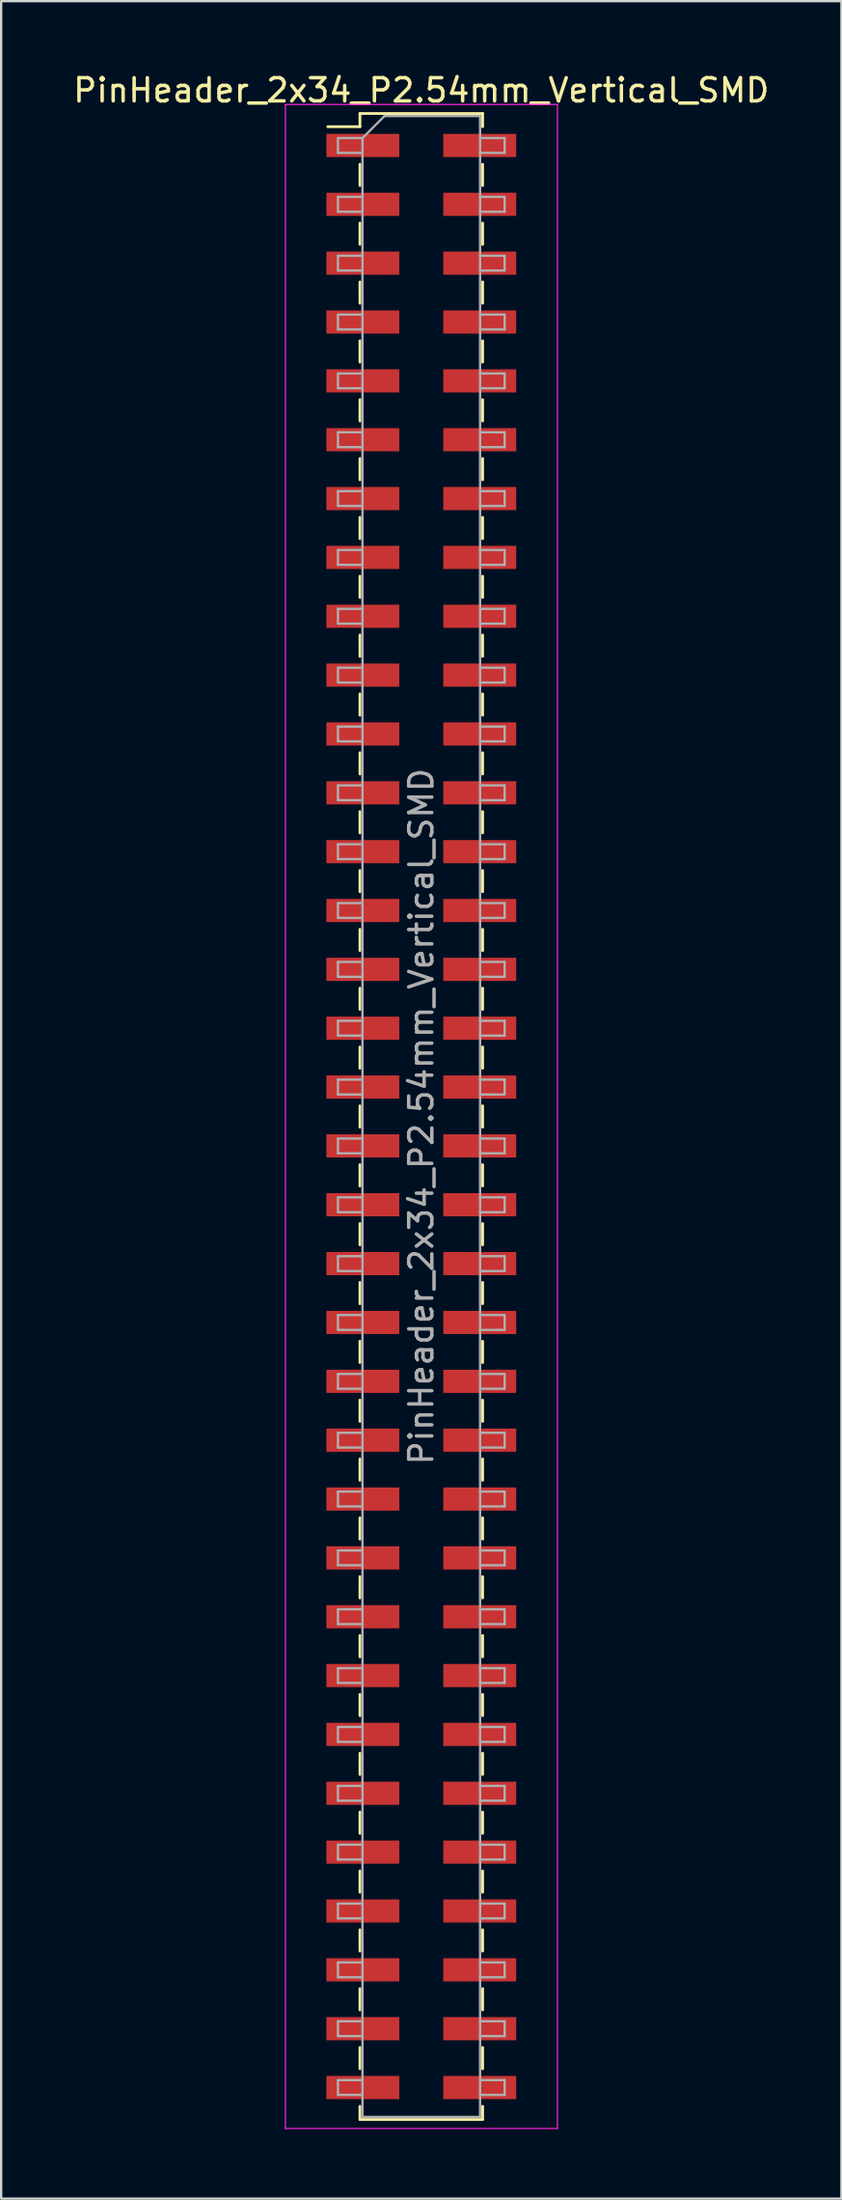
<source format=kicad_pcb>
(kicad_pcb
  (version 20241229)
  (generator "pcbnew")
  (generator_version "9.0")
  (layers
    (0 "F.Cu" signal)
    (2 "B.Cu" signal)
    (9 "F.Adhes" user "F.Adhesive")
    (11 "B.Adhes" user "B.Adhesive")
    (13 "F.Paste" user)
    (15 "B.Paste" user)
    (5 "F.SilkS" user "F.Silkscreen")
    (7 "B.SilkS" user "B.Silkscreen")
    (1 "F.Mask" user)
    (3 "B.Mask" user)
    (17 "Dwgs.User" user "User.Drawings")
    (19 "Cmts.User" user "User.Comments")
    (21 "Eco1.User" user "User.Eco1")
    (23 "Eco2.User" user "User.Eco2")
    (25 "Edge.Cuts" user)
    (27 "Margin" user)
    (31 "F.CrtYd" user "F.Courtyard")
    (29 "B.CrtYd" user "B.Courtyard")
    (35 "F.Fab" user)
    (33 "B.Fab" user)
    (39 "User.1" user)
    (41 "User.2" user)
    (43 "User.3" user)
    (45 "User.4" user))
  (footprint "PinHeader_2x34_P2.54mm_Vertical_SMD"
    (layer "F.Cu")
    (at 15.149 45.138)
    (property "Reference" "PinHeader_2x34_P2.54mm_Vertical_SMD" (at 0 -44.29 0) (layer "F.SilkS") (effects (font (size 1 1) (thickness 0.15))))
    (attr smd)
    (fp_line (start -4.04 -42.72) (end -2.65 -42.72) (stroke (width 0.12) (type solid)) (layer "F.SilkS"))
    (fp_line (start -2.65 -43.29) (end -2.65 -42.72) (stroke (width 0.12) (type solid)) (layer "F.SilkS"))
    (fp_line (start -2.65 -43.29) (end 2.65 -43.29) (stroke (width 0.12) (type solid)) (layer "F.SilkS"))
    (fp_line (start -2.65 -41.1) (end -2.65 -40.18) (stroke (width 0.12) (type solid)) (layer "F.SilkS"))
    (fp_line (start -2.65 -38.56) (end -2.65 -37.64) (stroke (width 0.12) (type solid)) (layer "F.SilkS"))
    (fp_line (start -2.65 -36.02) (end -2.65 -35.1) (stroke (width 0.12) (type solid)) (layer "F.SilkS"))
    (fp_line (start -2.65 -33.48) (end -2.65 -32.56) (stroke (width 0.12) (type solid)) (layer "F.SilkS"))
    (fp_line (start -2.65 -30.94) (end -2.65 -30.02) (stroke (width 0.12) (type solid)) (layer "F.SilkS"))
    (fp_line (start -2.65 -28.4) (end -2.65 -27.48) (stroke (width 0.12) (type solid)) (layer "F.SilkS"))
    (fp_line (start -2.65 -25.86) (end -2.65 -24.94) (stroke (width 0.12) (type solid)) (layer "F.SilkS"))
    (fp_line (start -2.65 -23.32) (end -2.65 -22.4) (stroke (width 0.12) (type solid)) (layer "F.SilkS"))
    (fp_line (start -2.65 -20.78) (end -2.65 -19.86) (stroke (width 0.12) (type solid)) (layer "F.SilkS"))
    (fp_line (start -2.65 -18.24) (end -2.65 -17.32) (stroke (width 0.12) (type solid)) (layer "F.SilkS"))
    (fp_line (start -2.65 -15.7) (end -2.65 -14.78) (stroke (width 0.12) (type solid)) (layer "F.SilkS"))
    (fp_line (start -2.65 -13.16) (end -2.65 -12.24) (stroke (width 0.12) (type solid)) (layer "F.SilkS"))
    (fp_line (start -2.65 -10.62) (end -2.65 -9.7) (stroke (width 0.12) (type solid)) (layer "F.SilkS"))
    (fp_line (start -2.65 -8.08) (end -2.65 -7.16) (stroke (width 0.12) (type solid)) (layer "F.SilkS"))
    (fp_line (start -2.65 -5.54) (end -2.65 -4.62) (stroke (width 0.12) (type solid)) (layer "F.SilkS"))
    (fp_line (start -2.65 -3) (end -2.65 -2.08) (stroke (width 0.12) (type solid)) (layer "F.SilkS"))
    (fp_line (start -2.65 -0.46) (end -2.65 0.46) (stroke (width 0.12) (type solid)) (layer "F.SilkS"))
    (fp_line (start -2.65 2.08) (end -2.65 3) (stroke (width 0.12) (type solid)) (layer "F.SilkS"))
    (fp_line (start -2.65 4.62) (end -2.65 5.54) (stroke (width 0.12) (type solid)) (layer "F.SilkS"))
    (fp_line (start -2.65 7.16) (end -2.65 8.08) (stroke (width 0.12) (type solid)) (layer "F.SilkS"))
    (fp_line (start -2.65 9.7) (end -2.65 10.62) (stroke (width 0.12) (type solid)) (layer "F.SilkS"))
    (fp_line (start -2.65 12.24) (end -2.65 13.16) (stroke (width 0.12) (type solid)) (layer "F.SilkS"))
    (fp_line (start -2.65 14.78) (end -2.65 15.7) (stroke (width 0.12) (type solid)) (layer "F.SilkS"))
    (fp_line (start -2.65 17.32) (end -2.65 18.24) (stroke (width 0.12) (type solid)) (layer "F.SilkS"))
    (fp_line (start -2.65 19.86) (end -2.65 20.78) (stroke (width 0.12) (type solid)) (layer "F.SilkS"))
    (fp_line (start -2.65 22.4) (end -2.65 23.32) (stroke (width 0.12) (type solid)) (layer "F.SilkS"))
    (fp_line (start -2.65 24.94) (end -2.65 25.86) (stroke (width 0.12) (type solid)) (layer "F.SilkS"))
    (fp_line (start -2.65 27.48) (end -2.65 28.4) (stroke (width 0.12) (type solid)) (layer "F.SilkS"))
    (fp_line (start -2.65 30.02) (end -2.65 30.94) (stroke (width 0.12) (type solid)) (layer "F.SilkS"))
    (fp_line (start -2.65 32.56) (end -2.65 33.48) (stroke (width 0.12) (type solid)) (layer "F.SilkS"))
    (fp_line (start -2.65 35.1) (end -2.65 36.02) (stroke (width 0.12) (type solid)) (layer "F.SilkS"))
    (fp_line (start -2.65 37.64) (end -2.65 38.56) (stroke (width 0.12) (type solid)) (layer "F.SilkS"))
    (fp_line (start -2.65 40.18) (end -2.65 41.1) (stroke (width 0.12) (type solid)) (layer "F.SilkS"))
    (fp_line (start -2.65 42.72) (end -2.65 43.29) (stroke (width 0.12) (type solid)) (layer "F.SilkS"))
    (fp_line (start -2.65 43.29) (end 2.65 43.29) (stroke (width 0.12) (type solid)) (layer "F.SilkS"))
    (fp_line (start 2.65 -43.29) (end 2.65 -42.72) (stroke (width 0.12) (type solid)) (layer "F.SilkS"))
    (fp_line (start 2.65 -41.1) (end 2.65 -40.18) (stroke (width 0.12) (type solid)) (layer "F.SilkS"))
    (fp_line (start 2.65 -38.56) (end 2.65 -37.64) (stroke (width 0.12) (type solid)) (layer "F.SilkS"))
    (fp_line (start 2.65 -36.02) (end 2.65 -35.1) (stroke (width 0.12) (type solid)) (layer "F.SilkS"))
    (fp_line (start 2.65 -33.48) (end 2.65 -32.56) (stroke (width 0.12) (type solid)) (layer "F.SilkS"))
    (fp_line (start 2.65 -30.94) (end 2.65 -30.02) (stroke (width 0.12) (type solid)) (layer "F.SilkS"))
    (fp_line (start 2.65 -28.4) (end 2.65 -27.48) (stroke (width 0.12) (type solid)) (layer "F.SilkS"))
    (fp_line (start 2.65 -25.86) (end 2.65 -24.94) (stroke (width 0.12) (type solid)) (layer "F.SilkS"))
    (fp_line (start 2.65 -23.32) (end 2.65 -22.4) (stroke (width 0.12) (type solid)) (layer "F.SilkS"))
    (fp_line (start 2.65 -20.78) (end 2.65 -19.86) (stroke (width 0.12) (type solid)) (layer "F.SilkS"))
    (fp_line (start 2.65 -18.24) (end 2.65 -17.32) (stroke (width 0.12) (type solid)) (layer "F.SilkS"))
    (fp_line (start 2.65 -15.7) (end 2.65 -14.78) (stroke (width 0.12) (type solid)) (layer "F.SilkS"))
    (fp_line (start 2.65 -13.16) (end 2.65 -12.24) (stroke (width 0.12) (type solid)) (layer "F.SilkS"))
    (fp_line (start 2.65 -10.62) (end 2.65 -9.7) (stroke (width 0.12) (type solid)) (layer "F.SilkS"))
    (fp_line (start 2.65 -8.08) (end 2.65 -7.16) (stroke (width 0.12) (type solid)) (layer "F.SilkS"))
    (fp_line (start 2.65 -5.54) (end 2.65 -4.62) (stroke (width 0.12) (type solid)) (layer "F.SilkS"))
    (fp_line (start 2.65 -3) (end 2.65 -2.08) (stroke (width 0.12) (type solid)) (layer "F.SilkS"))
    (fp_line (start 2.65 -0.46) (end 2.65 0.46) (stroke (width 0.12) (type solid)) (layer "F.SilkS"))
    (fp_line (start 2.65 2.08) (end 2.65 3) (stroke (width 0.12) (type solid)) (layer "F.SilkS"))
    (fp_line (start 2.65 4.62) (end 2.65 5.54) (stroke (width 0.12) (type solid)) (layer "F.SilkS"))
    (fp_line (start 2.65 7.16) (end 2.65 8.08) (stroke (width 0.12) (type solid)) (layer "F.SilkS"))
    (fp_line (start 2.65 9.7) (end 2.65 10.62) (stroke (width 0.12) (type solid)) (layer "F.SilkS"))
    (fp_line (start 2.65 12.24) (end 2.65 13.16) (stroke (width 0.12) (type solid)) (layer "F.SilkS"))
    (fp_line (start 2.65 14.78) (end 2.65 15.7) (stroke (width 0.12) (type solid)) (layer "F.SilkS"))
    (fp_line (start 2.65 17.32) (end 2.65 18.24) (stroke (width 0.12) (type solid)) (layer "F.SilkS"))
    (fp_line (start 2.65 19.86) (end 2.65 20.78) (stroke (width 0.12) (type solid)) (layer "F.SilkS"))
    (fp_line (start 2.65 22.4) (end 2.65 23.32) (stroke (width 0.12) (type solid)) (layer "F.SilkS"))
    (fp_line (start 2.65 24.94) (end 2.65 25.86) (stroke (width 0.12) (type solid)) (layer "F.SilkS"))
    (fp_line (start 2.65 27.48) (end 2.65 28.4) (stroke (width 0.12) (type solid)) (layer "F.SilkS"))
    (fp_line (start 2.65 30.02) (end 2.65 30.94) (stroke (width 0.12) (type solid)) (layer "F.SilkS"))
    (fp_line (start 2.65 32.56) (end 2.65 33.48) (stroke (width 0.12) (type solid)) (layer "F.SilkS"))
    (fp_line (start 2.65 35.1) (end 2.65 36.02) (stroke (width 0.12) (type solid)) (layer "F.SilkS"))
    (fp_line (start 2.65 37.64) (end 2.65 38.56) (stroke (width 0.12) (type solid)) (layer "F.SilkS"))
    (fp_line (start 2.65 40.18) (end 2.65 41.1) (stroke (width 0.12) (type solid)) (layer "F.SilkS"))
    (fp_line (start 2.65 42.72) (end 2.65 43.29) (stroke (width 0.12) (type solid)) (layer "F.SilkS"))
    (fp_line (start -5.87 -43.68) (end -5.87 43.68) (stroke (width 0.05) (type solid)) (layer "F.CrtYd"))
    (fp_line (start -5.87 43.68) (end 5.88 43.68) (stroke (width 0.05) (type solid)) (layer "F.CrtYd"))
    (fp_line (start 5.88 -43.68) (end -5.87 -43.68) (stroke (width 0.05) (type solid)) (layer "F.CrtYd"))
    (fp_line (start 5.88 43.68) (end 5.88 -43.68) (stroke (width 0.05) (type solid)) (layer "F.CrtYd"))
    (fp_line (start -3.6 -42.23) (end -3.6 -41.59) (stroke (width 0.1) (type solid)) (layer "F.Fab"))
    (fp_line (start -3.6 -41.59) (end -2.54 -41.59) (stroke (width 0.1) (type solid)) (layer "F.Fab"))
    (fp_line (start -3.6 -39.69) (end -3.6 -39.05) (stroke (width 0.1) (type solid)) (layer "F.Fab"))
    (fp_line (start -3.6 -39.05) (end -2.54 -39.05) (stroke (width 0.1) (type solid)) (layer "F.Fab"))
    (fp_line (start -3.6 -37.15) (end -3.6 -36.51) (stroke (width 0.1) (type solid)) (layer "F.Fab"))
    (fp_line (start -3.6 -36.51) (end -2.54 -36.51) (stroke (width 0.1) (type solid)) (layer "F.Fab"))
    (fp_line (start -3.6 -34.61) (end -3.6 -33.97) (stroke (width 0.1) (type solid)) (layer "F.Fab"))
    (fp_line (start -3.6 -33.97) (end -2.54 -33.97) (stroke (width 0.1) (type solid)) (layer "F.Fab"))
    (fp_line (start -3.6 -32.07) (end -3.6 -31.43) (stroke (width 0.1) (type solid)) (layer "F.Fab"))
    (fp_line (start -3.6 -31.43) (end -2.54 -31.43) (stroke (width 0.1) (type solid)) (layer "F.Fab"))
    (fp_line (start -3.6 -29.53) (end -3.6 -28.89) (stroke (width 0.1) (type solid)) (layer "F.Fab"))
    (fp_line (start -3.6 -28.89) (end -2.54 -28.89) (stroke (width 0.1) (type solid)) (layer "F.Fab"))
    (fp_line (start -3.6 -26.99) (end -3.6 -26.35) (stroke (width 0.1) (type solid)) (layer "F.Fab"))
    (fp_line (start -3.6 -26.35) (end -2.54 -26.35) (stroke (width 0.1) (type solid)) (layer "F.Fab"))
    (fp_line (start -3.6 -24.45) (end -3.6 -23.81) (stroke (width 0.1) (type solid)) (layer "F.Fab"))
    (fp_line (start -3.6 -23.81) (end -2.54 -23.81) (stroke (width 0.1) (type solid)) (layer "F.Fab"))
    (fp_line (start -3.6 -21.91) (end -3.6 -21.27) (stroke (width 0.1) (type solid)) (layer "F.Fab"))
    (fp_line (start -3.6 -21.27) (end -2.54 -21.27) (stroke (width 0.1) (type solid)) (layer "F.Fab"))
    (fp_line (start -3.6 -19.37) (end -3.6 -18.73) (stroke (width 0.1) (type solid)) (layer "F.Fab"))
    (fp_line (start -3.6 -18.73) (end -2.54 -18.73) (stroke (width 0.1) (type solid)) (layer "F.Fab"))
    (fp_line (start -3.6 -16.83) (end -3.6 -16.19) (stroke (width 0.1) (type solid)) (layer "F.Fab"))
    (fp_line (start -3.6 -16.19) (end -2.54 -16.19) (stroke (width 0.1) (type solid)) (layer "F.Fab"))
    (fp_line (start -3.6 -14.29) (end -3.6 -13.65) (stroke (width 0.1) (type solid)) (layer "F.Fab"))
    (fp_line (start -3.6 -13.65) (end -2.54 -13.65) (stroke (width 0.1) (type solid)) (layer "F.Fab"))
    (fp_line (start -3.6 -11.75) (end -3.6 -11.11) (stroke (width 0.1) (type solid)) (layer "F.Fab"))
    (fp_line (start -3.6 -11.11) (end -2.54 -11.11) (stroke (width 0.1) (type solid)) (layer "F.Fab"))
    (fp_line (start -3.6 -9.21) (end -3.6 -8.57) (stroke (width 0.1) (type solid)) (layer "F.Fab"))
    (fp_line (start -3.6 -8.57) (end -2.54 -8.57) (stroke (width 0.1) (type solid)) (layer "F.Fab"))
    (fp_line (start -3.6 -6.67) (end -3.6 -6.03) (stroke (width 0.1) (type solid)) (layer "F.Fab"))
    (fp_line (start -3.6 -6.03) (end -2.54 -6.03) (stroke (width 0.1) (type solid)) (layer "F.Fab"))
    (fp_line (start -3.6 -4.13) (end -3.6 -3.49) (stroke (width 0.1) (type solid)) (layer "F.Fab"))
    (fp_line (start -3.6 -3.49) (end -2.54 -3.49) (stroke (width 0.1) (type solid)) (layer "F.Fab"))
    (fp_line (start -3.6 -1.59) (end -3.6 -0.95) (stroke (width 0.1) (type solid)) (layer "F.Fab"))
    (fp_line (start -3.6 -0.95) (end -2.54 -0.95) (stroke (width 0.1) (type solid)) (layer "F.Fab"))
    (fp_line (start -3.6 0.95) (end -3.6 1.59) (stroke (width 0.1) (type solid)) (layer "F.Fab"))
    (fp_line (start -3.6 1.59) (end -2.54 1.59) (stroke (width 0.1) (type solid)) (layer "F.Fab"))
    (fp_line (start -3.6 3.49) (end -3.6 4.13) (stroke (width 0.1) (type solid)) (layer "F.Fab"))
    (fp_line (start -3.6 4.13) (end -2.54 4.13) (stroke (width 0.1) (type solid)) (layer "F.Fab"))
    (fp_line (start -3.6 6.03) (end -3.6 6.67) (stroke (width 0.1) (type solid)) (layer "F.Fab"))
    (fp_line (start -3.6 6.67) (end -2.54 6.67) (stroke (width 0.1) (type solid)) (layer "F.Fab"))
    (fp_line (start -3.6 8.57) (end -3.6 9.21) (stroke (width 0.1) (type solid)) (layer "F.Fab"))
    (fp_line (start -3.6 9.21) (end -2.54 9.21) (stroke (width 0.1) (type solid)) (layer "F.Fab"))
    (fp_line (start -3.6 11.11) (end -3.6 11.75) (stroke (width 0.1) (type solid)) (layer "F.Fab"))
    (fp_line (start -3.6 11.75) (end -2.54 11.75) (stroke (width 0.1) (type solid)) (layer "F.Fab"))
    (fp_line (start -3.6 13.65) (end -3.6 14.29) (stroke (width 0.1) (type solid)) (layer "F.Fab"))
    (fp_line (start -3.6 14.29) (end -2.54 14.29) (stroke (width 0.1) (type solid)) (layer "F.Fab"))
    (fp_line (start -3.6 16.19) (end -3.6 16.83) (stroke (width 0.1) (type solid)) (layer "F.Fab"))
    (fp_line (start -3.6 16.83) (end -2.54 16.83) (stroke (width 0.1) (type solid)) (layer "F.Fab"))
    (fp_line (start -3.6 18.73) (end -3.6 19.37) (stroke (width 0.1) (type solid)) (layer "F.Fab"))
    (fp_line (start -3.6 19.37) (end -2.54 19.37) (stroke (width 0.1) (type solid)) (layer "F.Fab"))
    (fp_line (start -3.6 21.27) (end -3.6 21.91) (stroke (width 0.1) (type solid)) (layer "F.Fab"))
    (fp_line (start -3.6 21.91) (end -2.54 21.91) (stroke (width 0.1) (type solid)) (layer "F.Fab"))
    (fp_line (start -3.6 23.81) (end -3.6 24.45) (stroke (width 0.1) (type solid)) (layer "F.Fab"))
    (fp_line (start -3.6 24.45) (end -2.54 24.45) (stroke (width 0.1) (type solid)) (layer "F.Fab"))
    (fp_line (start -3.6 26.35) (end -3.6 26.99) (stroke (width 0.1) (type solid)) (layer "F.Fab"))
    (fp_line (start -3.6 26.99) (end -2.54 26.99) (stroke (width 0.1) (type solid)) (layer "F.Fab"))
    (fp_line (start -3.6 28.89) (end -3.6 29.53) (stroke (width 0.1) (type solid)) (layer "F.Fab"))
    (fp_line (start -3.6 29.53) (end -2.54 29.53) (stroke (width 0.1) (type solid)) (layer "F.Fab"))
    (fp_line (start -3.6 31.43) (end -3.6 32.07) (stroke (width 0.1) (type solid)) (layer "F.Fab"))
    (fp_line (start -3.6 32.07) (end -2.54 32.07) (stroke (width 0.1) (type solid)) (layer "F.Fab"))
    (fp_line (start -3.6 33.97) (end -3.6 34.61) (stroke (width 0.1) (type solid)) (layer "F.Fab"))
    (fp_line (start -3.6 34.61) (end -2.54 34.61) (stroke (width 0.1) (type solid)) (layer "F.Fab"))
    (fp_line (start -3.6 36.51) (end -3.6 37.15) (stroke (width 0.1) (type solid)) (layer "F.Fab"))
    (fp_line (start -3.6 37.15) (end -2.54 37.15) (stroke (width 0.1) (type solid)) (layer "F.Fab"))
    (fp_line (start -3.6 39.05) (end -3.6 39.69) (stroke (width 0.1) (type solid)) (layer "F.Fab"))
    (fp_line (start -3.6 39.69) (end -2.54 39.69) (stroke (width 0.1) (type solid)) (layer "F.Fab"))
    (fp_line (start -3.6 41.59) (end -3.6 42.23) (stroke (width 0.1) (type solid)) (layer "F.Fab"))
    (fp_line (start -3.6 42.23) (end -2.54 42.23) (stroke (width 0.1) (type solid)) (layer "F.Fab"))
    (fp_line (start -2.54 -42.23) (end -3.6 -42.23) (stroke (width 0.1) (type solid)) (layer "F.Fab"))
    (fp_line (start -2.54 -42.23) (end -1.59 -43.18) (stroke (width 0.1) (type solid)) (layer "F.Fab"))
    (fp_line (start -2.54 -39.69) (end -3.6 -39.69) (stroke (width 0.1) (type solid)) (layer "F.Fab"))
    (fp_line (start -2.54 -37.15) (end -3.6 -37.15) (stroke (width 0.1) (type solid)) (layer "F.Fab"))
    (fp_line (start -2.54 -34.61) (end -3.6 -34.61) (stroke (width 0.1) (type solid)) (layer "F.Fab"))
    (fp_line (start -2.54 -32.07) (end -3.6 -32.07) (stroke (width 0.1) (type solid)) (layer "F.Fab"))
    (fp_line (start -2.54 -29.53) (end -3.6 -29.53) (stroke (width 0.1) (type solid)) (layer "F.Fab"))
    (fp_line (start -2.54 -26.99) (end -3.6 -26.99) (stroke (width 0.1) (type solid)) (layer "F.Fab"))
    (fp_line (start -2.54 -24.45) (end -3.6 -24.45) (stroke (width 0.1) (type solid)) (layer "F.Fab"))
    (fp_line (start -2.54 -21.91) (end -3.6 -21.91) (stroke (width 0.1) (type solid)) (layer "F.Fab"))
    (fp_line (start -2.54 -19.37) (end -3.6 -19.37) (stroke (width 0.1) (type solid)) (layer "F.Fab"))
    (fp_line (start -2.54 -16.83) (end -3.6 -16.83) (stroke (width 0.1) (type solid)) (layer "F.Fab"))
    (fp_line (start -2.54 -14.29) (end -3.6 -14.29) (stroke (width 0.1) (type solid)) (layer "F.Fab"))
    (fp_line (start -2.54 -11.75) (end -3.6 -11.75) (stroke (width 0.1) (type solid)) (layer "F.Fab"))
    (fp_line (start -2.54 -9.21) (end -3.6 -9.21) (stroke (width 0.1) (type solid)) (layer "F.Fab"))
    (fp_line (start -2.54 -6.67) (end -3.6 -6.67) (stroke (width 0.1) (type solid)) (layer "F.Fab"))
    (fp_line (start -2.54 -4.13) (end -3.6 -4.13) (stroke (width 0.1) (type solid)) (layer "F.Fab"))
    (fp_line (start -2.54 -1.59) (end -3.6 -1.59) (stroke (width 0.1) (type solid)) (layer "F.Fab"))
    (fp_line (start -2.54 0.95) (end -3.6 0.95) (stroke (width 0.1) (type solid)) (layer "F.Fab"))
    (fp_line (start -2.54 3.49) (end -3.6 3.49) (stroke (width 0.1) (type solid)) (layer "F.Fab"))
    (fp_line (start -2.54 6.03) (end -3.6 6.03) (stroke (width 0.1) (type solid)) (layer "F.Fab"))
    (fp_line (start -2.54 8.57) (end -3.6 8.57) (stroke (width 0.1) (type solid)) (layer "F.Fab"))
    (fp_line (start -2.54 11.11) (end -3.6 11.11) (stroke (width 0.1) (type solid)) (layer "F.Fab"))
    (fp_line (start -2.54 13.65) (end -3.6 13.65) (stroke (width 0.1) (type solid)) (layer "F.Fab"))
    (fp_line (start -2.54 16.19) (end -3.6 16.19) (stroke (width 0.1) (type solid)) (layer "F.Fab"))
    (fp_line (start -2.54 18.73) (end -3.6 18.73) (stroke (width 0.1) (type solid)) (layer "F.Fab"))
    (fp_line (start -2.54 21.27) (end -3.6 21.27) (stroke (width 0.1) (type solid)) (layer "F.Fab"))
    (fp_line (start -2.54 23.81) (end -3.6 23.81) (stroke (width 0.1) (type solid)) (layer "F.Fab"))
    (fp_line (start -2.54 26.35) (end -3.6 26.35) (stroke (width 0.1) (type solid)) (layer "F.Fab"))
    (fp_line (start -2.54 28.89) (end -3.6 28.89) (stroke (width 0.1) (type solid)) (layer "F.Fab"))
    (fp_line (start -2.54 31.43) (end -3.6 31.43) (stroke (width 0.1) (type solid)) (layer "F.Fab"))
    (fp_line (start -2.54 33.97) (end -3.6 33.97) (stroke (width 0.1) (type solid)) (layer "F.Fab"))
    (fp_line (start -2.54 36.51) (end -3.6 36.51) (stroke (width 0.1) (type solid)) (layer "F.Fab"))
    (fp_line (start -2.54 39.05) (end -3.6 39.05) (stroke (width 0.1) (type solid)) (layer "F.Fab"))
    (fp_line (start -2.54 41.59) (end -3.6 41.59) (stroke (width 0.1) (type solid)) (layer "F.Fab"))
    (fp_line (start -2.54 43.18) (end -2.54 -42.23) (stroke (width 0.1) (type solid)) (layer "F.Fab"))
    (fp_line (start -1.59 -43.18) (end 2.54 -43.18) (stroke (width 0.1) (type solid)) (layer "F.Fab"))
    (fp_line (start 2.54 -43.18) (end 2.54 43.18) (stroke (width 0.1) (type solid)) (layer "F.Fab"))
    (fp_line (start 2.54 -42.23) (end 3.6 -42.23) (stroke (width 0.1) (type solid)) (layer "F.Fab"))
    (fp_line (start 2.54 -39.69) (end 3.6 -39.69) (stroke (width 0.1) (type solid)) (layer "F.Fab"))
    (fp_line (start 2.54 -37.15) (end 3.6 -37.15) (stroke (width 0.1) (type solid)) (layer "F.Fab"))
    (fp_line (start 2.54 -34.61) (end 3.6 -34.61) (stroke (width 0.1) (type solid)) (layer "F.Fab"))
    (fp_line (start 2.54 -32.07) (end 3.6 -32.07) (stroke (width 0.1) (type solid)) (layer "F.Fab"))
    (fp_line (start 2.54 -29.53) (end 3.6 -29.53) (stroke (width 0.1) (type solid)) (layer "F.Fab"))
    (fp_line (start 2.54 -26.99) (end 3.6 -26.99) (stroke (width 0.1) (type solid)) (layer "F.Fab"))
    (fp_line (start 2.54 -24.45) (end 3.6 -24.45) (stroke (width 0.1) (type solid)) (layer "F.Fab"))
    (fp_line (start 2.54 -21.91) (end 3.6 -21.91) (stroke (width 0.1) (type solid)) (layer "F.Fab"))
    (fp_line (start 2.54 -19.37) (end 3.6 -19.37) (stroke (width 0.1) (type solid)) (layer "F.Fab"))
    (fp_line (start 2.54 -16.83) (end 3.6 -16.83) (stroke (width 0.1) (type solid)) (layer "F.Fab"))
    (fp_line (start 2.54 -14.29) (end 3.6 -14.29) (stroke (width 0.1) (type solid)) (layer "F.Fab"))
    (fp_line (start 2.54 -11.75) (end 3.6 -11.75) (stroke (width 0.1) (type solid)) (layer "F.Fab"))
    (fp_line (start 2.54 -9.21) (end 3.6 -9.21) (stroke (width 0.1) (type solid)) (layer "F.Fab"))
    (fp_line (start 2.54 -6.67) (end 3.6 -6.67) (stroke (width 0.1) (type solid)) (layer "F.Fab"))
    (fp_line (start 2.54 -4.13) (end 3.6 -4.13) (stroke (width 0.1) (type solid)) (layer "F.Fab"))
    (fp_line (start 2.54 -1.59) (end 3.6 -1.59) (stroke (width 0.1) (type solid)) (layer "F.Fab"))
    (fp_line (start 2.54 0.95) (end 3.6 0.95) (stroke (width 0.1) (type solid)) (layer "F.Fab"))
    (fp_line (start 2.54 3.49) (end 3.6 3.49) (stroke (width 0.1) (type solid)) (layer "F.Fab"))
    (fp_line (start 2.54 6.03) (end 3.6 6.03) (stroke (width 0.1) (type solid)) (layer "F.Fab"))
    (fp_line (start 2.54 8.57) (end 3.6 8.57) (stroke (width 0.1) (type solid)) (layer "F.Fab"))
    (fp_line (start 2.54 11.11) (end 3.6 11.11) (stroke (width 0.1) (type solid)) (layer "F.Fab"))
    (fp_line (start 2.54 13.65) (end 3.6 13.65) (stroke (width 0.1) (type solid)) (layer "F.Fab"))
    (fp_line (start 2.54 16.19) (end 3.6 16.19) (stroke (width 0.1) (type solid)) (layer "F.Fab"))
    (fp_line (start 2.54 18.73) (end 3.6 18.73) (stroke (width 0.1) (type solid)) (layer "F.Fab"))
    (fp_line (start 2.54 21.27) (end 3.6 21.27) (stroke (width 0.1) (type solid)) (layer "F.Fab"))
    (fp_line (start 2.54 23.81) (end 3.6 23.81) (stroke (width 0.1) (type solid)) (layer "F.Fab"))
    (fp_line (start 2.54 26.35) (end 3.6 26.35) (stroke (width 0.1) (type solid)) (layer "F.Fab"))
    (fp_line (start 2.54 28.89) (end 3.6 28.89) (stroke (width 0.1) (type solid)) (layer "F.Fab"))
    (fp_line (start 2.54 31.43) (end 3.6 31.43) (stroke (width 0.1) (type solid)) (layer "F.Fab"))
    (fp_line (start 2.54 33.97) (end 3.6 33.97) (stroke (width 0.1) (type solid)) (layer "F.Fab"))
    (fp_line (start 2.54 36.51) (end 3.6 36.51) (stroke (width 0.1) (type solid)) (layer "F.Fab"))
    (fp_line (start 2.54 39.05) (end 3.6 39.05) (stroke (width 0.1) (type solid)) (layer "F.Fab"))
    (fp_line (start 2.54 41.59) (end 3.6 41.59) (stroke (width 0.1) (type solid)) (layer "F.Fab"))
    (fp_line (start 2.54 43.18) (end -2.54 43.18) (stroke (width 0.1) (type solid)) (layer "F.Fab"))
    (fp_line (start 3.6 -42.23) (end 3.6 -41.59) (stroke (width 0.1) (type solid)) (layer "F.Fab"))
    (fp_line (start 3.6 -41.59) (end 2.54 -41.59) (stroke (width 0.1) (type solid)) (layer "F.Fab"))
    (fp_line (start 3.6 -39.69) (end 3.6 -39.05) (stroke (width 0.1) (type solid)) (layer "F.Fab"))
    (fp_line (start 3.6 -39.05) (end 2.54 -39.05) (stroke (width 0.1) (type solid)) (layer "F.Fab"))
    (fp_line (start 3.6 -37.15) (end 3.6 -36.51) (stroke (width 0.1) (type solid)) (layer "F.Fab"))
    (fp_line (start 3.6 -36.51) (end 2.54 -36.51) (stroke (width 0.1) (type solid)) (layer "F.Fab"))
    (fp_line (start 3.6 -34.61) (end 3.6 -33.97) (stroke (width 0.1) (type solid)) (layer "F.Fab"))
    (fp_line (start 3.6 -33.97) (end 2.54 -33.97) (stroke (width 0.1) (type solid)) (layer "F.Fab"))
    (fp_line (start 3.6 -32.07) (end 3.6 -31.43) (stroke (width 0.1) (type solid)) (layer "F.Fab"))
    (fp_line (start 3.6 -31.43) (end 2.54 -31.43) (stroke (width 0.1) (type solid)) (layer "F.Fab"))
    (fp_line (start 3.6 -29.53) (end 3.6 -28.89) (stroke (width 0.1) (type solid)) (layer "F.Fab"))
    (fp_line (start 3.6 -28.89) (end 2.54 -28.89) (stroke (width 0.1) (type solid)) (layer "F.Fab"))
    (fp_line (start 3.6 -26.99) (end 3.6 -26.35) (stroke (width 0.1) (type solid)) (layer "F.Fab"))
    (fp_line (start 3.6 -26.35) (end 2.54 -26.35) (stroke (width 0.1) (type solid)) (layer "F.Fab"))
    (fp_line (start 3.6 -24.45) (end 3.6 -23.81) (stroke (width 0.1) (type solid)) (layer "F.Fab"))
    (fp_line (start 3.6 -23.81) (end 2.54 -23.81) (stroke (width 0.1) (type solid)) (layer "F.Fab"))
    (fp_line (start 3.6 -21.91) (end 3.6 -21.27) (stroke (width 0.1) (type solid)) (layer "F.Fab"))
    (fp_line (start 3.6 -21.27) (end 2.54 -21.27) (stroke (width 0.1) (type solid)) (layer "F.Fab"))
    (fp_line (start 3.6 -19.37) (end 3.6 -18.73) (stroke (width 0.1) (type solid)) (layer "F.Fab"))
    (fp_line (start 3.6 -18.73) (end 2.54 -18.73) (stroke (width 0.1) (type solid)) (layer "F.Fab"))
    (fp_line (start 3.6 -16.83) (end 3.6 -16.19) (stroke (width 0.1) (type solid)) (layer "F.Fab"))
    (fp_line (start 3.6 -16.19) (end 2.54 -16.19) (stroke (width 0.1) (type solid)) (layer "F.Fab"))
    (fp_line (start 3.6 -14.29) (end 3.6 -13.65) (stroke (width 0.1) (type solid)) (layer "F.Fab"))
    (fp_line (start 3.6 -13.65) (end 2.54 -13.65) (stroke (width 0.1) (type solid)) (layer "F.Fab"))
    (fp_line (start 3.6 -11.75) (end 3.6 -11.11) (stroke (width 0.1) (type solid)) (layer "F.Fab"))
    (fp_line (start 3.6 -11.11) (end 2.54 -11.11) (stroke (width 0.1) (type solid)) (layer "F.Fab"))
    (fp_line (start 3.6 -9.21) (end 3.6 -8.57) (stroke (width 0.1) (type solid)) (layer "F.Fab"))
    (fp_line (start 3.6 -8.57) (end 2.54 -8.57) (stroke (width 0.1) (type solid)) (layer "F.Fab"))
    (fp_line (start 3.6 -6.67) (end 3.6 -6.03) (stroke (width 0.1) (type solid)) (layer "F.Fab"))
    (fp_line (start 3.6 -6.03) (end 2.54 -6.03) (stroke (width 0.1) (type solid)) (layer "F.Fab"))
    (fp_line (start 3.6 -4.13) (end 3.6 -3.49) (stroke (width 0.1) (type solid)) (layer "F.Fab"))
    (fp_line (start 3.6 -3.49) (end 2.54 -3.49) (stroke (width 0.1) (type solid)) (layer "F.Fab"))
    (fp_line (start 3.6 -1.59) (end 3.6 -0.95) (stroke (width 0.1) (type solid)) (layer "F.Fab"))
    (fp_line (start 3.6 -0.95) (end 2.54 -0.95) (stroke (width 0.1) (type solid)) (layer "F.Fab"))
    (fp_line (start 3.6 0.95) (end 3.6 1.59) (stroke (width 0.1) (type solid)) (layer "F.Fab"))
    (fp_line (start 3.6 1.59) (end 2.54 1.59) (stroke (width 0.1) (type solid)) (layer "F.Fab"))
    (fp_line (start 3.6 3.49) (end 3.6 4.13) (stroke (width 0.1) (type solid)) (layer "F.Fab"))
    (fp_line (start 3.6 4.13) (end 2.54 4.13) (stroke (width 0.1) (type solid)) (layer "F.Fab"))
    (fp_line (start 3.6 6.03) (end 3.6 6.67) (stroke (width 0.1) (type solid)) (layer "F.Fab"))
    (fp_line (start 3.6 6.67) (end 2.54 6.67) (stroke (width 0.1) (type solid)) (layer "F.Fab"))
    (fp_line (start 3.6 8.57) (end 3.6 9.21) (stroke (width 0.1) (type solid)) (layer "F.Fab"))
    (fp_line (start 3.6 9.21) (end 2.54 9.21) (stroke (width 0.1) (type solid)) (layer "F.Fab"))
    (fp_line (start 3.6 11.11) (end 3.6 11.75) (stroke (width 0.1) (type solid)) (layer "F.Fab"))
    (fp_line (start 3.6 11.75) (end 2.54 11.75) (stroke (width 0.1) (type solid)) (layer "F.Fab"))
    (fp_line (start 3.6 13.65) (end 3.6 14.29) (stroke (width 0.1) (type solid)) (layer "F.Fab"))
    (fp_line (start 3.6 14.29) (end 2.54 14.29) (stroke (width 0.1) (type solid)) (layer "F.Fab"))
    (fp_line (start 3.6 16.19) (end 3.6 16.83) (stroke (width 0.1) (type solid)) (layer "F.Fab"))
    (fp_line (start 3.6 16.83) (end 2.54 16.83) (stroke (width 0.1) (type solid)) (layer "F.Fab"))
    (fp_line (start 3.6 18.73) (end 3.6 19.37) (stroke (width 0.1) (type solid)) (layer "F.Fab"))
    (fp_line (start 3.6 19.37) (end 2.54 19.37) (stroke (width 0.1) (type solid)) (layer "F.Fab"))
    (fp_line (start 3.6 21.27) (end 3.6 21.91) (stroke (width 0.1) (type solid)) (layer "F.Fab"))
    (fp_line (start 3.6 21.91) (end 2.54 21.91) (stroke (width 0.1) (type solid)) (layer "F.Fab"))
    (fp_line (start 3.6 23.81) (end 3.6 24.45) (stroke (width 0.1) (type solid)) (layer "F.Fab"))
    (fp_line (start 3.6 24.45) (end 2.54 24.45) (stroke (width 0.1) (type solid)) (layer "F.Fab"))
    (fp_line (start 3.6 26.35) (end 3.6 26.99) (stroke (width 0.1) (type solid)) (layer "F.Fab"))
    (fp_line (start 3.6 26.99) (end 2.54 26.99) (stroke (width 0.1) (type solid)) (layer "F.Fab"))
    (fp_line (start 3.6 28.89) (end 3.6 29.53) (stroke (width 0.1) (type solid)) (layer "F.Fab"))
    (fp_line (start 3.6 29.53) (end 2.54 29.53) (stroke (width 0.1) (type solid)) (layer "F.Fab"))
    (fp_line (start 3.6 31.43) (end 3.6 32.07) (stroke (width 0.1) (type solid)) (layer "F.Fab"))
    (fp_line (start 3.6 32.07) (end 2.54 32.07) (stroke (width 0.1) (type solid)) (layer "F.Fab"))
    (fp_line (start 3.6 33.97) (end 3.6 34.61) (stroke (width 0.1) (type solid)) (layer "F.Fab"))
    (fp_line (start 3.6 34.61) (end 2.54 34.61) (stroke (width 0.1) (type solid)) (layer "F.Fab"))
    (fp_line (start 3.6 36.51) (end 3.6 37.15) (stroke (width 0.1) (type solid)) (layer "F.Fab"))
    (fp_line (start 3.6 37.15) (end 2.54 37.15) (stroke (width 0.1) (type solid)) (layer "F.Fab"))
    (fp_line (start 3.6 39.05) (end 3.6 39.69) (stroke (width 0.1) (type solid)) (layer "F.Fab"))
    (fp_line (start 3.6 39.69) (end 2.54 39.69) (stroke (width 0.1) (type solid)) (layer "F.Fab"))
    (fp_line (start 3.6 41.59) (end 3.6 42.23) (stroke (width 0.1) (type solid)) (layer "F.Fab"))
    (fp_line (start 3.6 42.23) (end 2.54 42.23) (stroke (width 0.1) (type solid)) (layer "F.Fab"))
    (fp_text user "${REFERENCE}" (at 0 0 90) (layer "F.Fab") (effects (font (size 1 1) (thickness 0.15))))
    (pad "1" smd rect (at -2.525 -41.91) (size 3.15 1) (layers "F.Cu" "F.Mask" "F.Paste"))
    (pad "2" smd rect (at 2.525 -41.91) (size 3.15 1) (layers "F.Cu" "F.Mask" "F.Paste"))
    (pad "3" smd rect (at -2.525 -39.37) (size 3.15 1) (layers "F.Cu" "F.Mask" "F.Paste"))
    (pad "4" smd rect (at 2.525 -39.37) (size 3.15 1) (layers "F.Cu" "F.Mask" "F.Paste"))
    (pad "5" smd rect (at -2.525 -36.83) (size 3.15 1) (layers "F.Cu" "F.Mask" "F.Paste"))
    (pad "6" smd rect (at 2.525 -36.83) (size 3.15 1) (layers "F.Cu" "F.Mask" "F.Paste"))
    (pad "7" smd rect (at -2.525 -34.29) (size 3.15 1) (layers "F.Cu" "F.Mask" "F.Paste"))
    (pad "8" smd rect (at 2.525 -34.29) (size 3.15 1) (layers "F.Cu" "F.Mask" "F.Paste"))
    (pad "9" smd rect (at -2.525 -31.75) (size 3.15 1) (layers "F.Cu" "F.Mask" "F.Paste"))
    (pad "10" smd rect (at 2.525 -31.75) (size 3.15 1) (layers "F.Cu" "F.Mask" "F.Paste"))
    (pad "11" smd rect (at -2.525 -29.21) (size 3.15 1) (layers "F.Cu" "F.Mask" "F.Paste"))
    (pad "12" smd rect (at 2.525 -29.21) (size 3.15 1) (layers "F.Cu" "F.Mask" "F.Paste"))
    (pad "13" smd rect (at -2.525 -26.67) (size 3.15 1) (layers "F.Cu" "F.Mask" "F.Paste"))
    (pad "14" smd rect (at 2.525 -26.67) (size 3.15 1) (layers "F.Cu" "F.Mask" "F.Paste"))
    (pad "15" smd rect (at -2.525 -24.13) (size 3.15 1) (layers "F.Cu" "F.Mask" "F.Paste"))
    (pad "16" smd rect (at 2.525 -24.13) (size 3.15 1) (layers "F.Cu" "F.Mask" "F.Paste"))
    (pad "17" smd rect (at -2.525 -21.59) (size 3.15 1) (layers "F.Cu" "F.Mask" "F.Paste"))
    (pad "18" smd rect (at 2.525 -21.59) (size 3.15 1) (layers "F.Cu" "F.Mask" "F.Paste"))
    (pad "19" smd rect (at -2.525 -19.05) (size 3.15 1) (layers "F.Cu" "F.Mask" "F.Paste"))
    (pad "20" smd rect (at 2.525 -19.05) (size 3.15 1) (layers "F.Cu" "F.Mask" "F.Paste"))
    (pad "21" smd rect (at -2.525 -16.51) (size 3.15 1) (layers "F.Cu" "F.Mask" "F.Paste"))
    (pad "22" smd rect (at 2.525 -16.51) (size 3.15 1) (layers "F.Cu" "F.Mask" "F.Paste"))
    (pad "23" smd rect (at -2.525 -13.97) (size 3.15 1) (layers "F.Cu" "F.Mask" "F.Paste"))
    (pad "24" smd rect (at 2.525 -13.97) (size 3.15 1) (layers "F.Cu" "F.Mask" "F.Paste"))
    (pad "25" smd rect (at -2.525 -11.43) (size 3.15 1) (layers "F.Cu" "F.Mask" "F.Paste"))
    (pad "26" smd rect (at 2.525 -11.43) (size 3.15 1) (layers "F.Cu" "F.Mask" "F.Paste"))
    (pad "27" smd rect (at -2.525 -8.89) (size 3.15 1) (layers "F.Cu" "F.Mask" "F.Paste"))
    (pad "28" smd rect (at 2.525 -8.89) (size 3.15 1) (layers "F.Cu" "F.Mask" "F.Paste"))
    (pad "29" smd rect (at -2.525 -6.35) (size 3.15 1) (layers "F.Cu" "F.Mask" "F.Paste"))
    (pad "30" smd rect (at 2.525 -6.35) (size 3.15 1) (layers "F.Cu" "F.Mask" "F.Paste"))
    (pad "31" smd rect (at -2.525 -3.81) (size 3.15 1) (layers "F.Cu" "F.Mask" "F.Paste"))
    (pad "32" smd rect (at 2.525 -3.81) (size 3.15 1) (layers "F.Cu" "F.Mask" "F.Paste"))
    (pad "33" smd rect (at -2.525 -1.27) (size 3.15 1) (layers "F.Cu" "F.Mask" "F.Paste"))
    (pad "34" smd rect (at 2.525 -1.27) (size 3.15 1) (layers "F.Cu" "F.Mask" "F.Paste"))
    (pad "35" smd rect (at -2.525 1.27) (size 3.15 1) (layers "F.Cu" "F.Mask" "F.Paste"))
    (pad "36" smd rect (at 2.525 1.27) (size 3.15 1) (layers "F.Cu" "F.Mask" "F.Paste"))
    (pad "37" smd rect (at -2.525 3.81) (size 3.15 1) (layers "F.Cu" "F.Mask" "F.Paste"))
    (pad "38" smd rect (at 2.525 3.81) (size 3.15 1) (layers "F.Cu" "F.Mask" "F.Paste"))
    (pad "39" smd rect (at -2.525 6.35) (size 3.15 1) (layers "F.Cu" "F.Mask" "F.Paste"))
    (pad "40" smd rect (at 2.525 6.35) (size 3.15 1) (layers "F.Cu" "F.Mask" "F.Paste"))
    (pad "41" smd rect (at -2.525 8.89) (size 3.15 1) (layers "F.Cu" "F.Mask" "F.Paste"))
    (pad "42" smd rect (at 2.525 8.89) (size 3.15 1) (layers "F.Cu" "F.Mask" "F.Paste"))
    (pad "43" smd rect (at -2.525 11.43) (size 3.15 1) (layers "F.Cu" "F.Mask" "F.Paste"))
    (pad "44" smd rect (at 2.525 11.43) (size 3.15 1) (layers "F.Cu" "F.Mask" "F.Paste"))
    (pad "45" smd rect (at -2.525 13.97) (size 3.15 1) (layers "F.Cu" "F.Mask" "F.Paste"))
    (pad "46" smd rect (at 2.525 13.97) (size 3.15 1) (layers "F.Cu" "F.Mask" "F.Paste"))
    (pad "47" smd rect (at -2.525 16.51) (size 3.15 1) (layers "F.Cu" "F.Mask" "F.Paste"))
    (pad "48" smd rect (at 2.525 16.51) (size 3.15 1) (layers "F.Cu" "F.Mask" "F.Paste"))
    (pad "49" smd rect (at -2.525 19.05) (size 3.15 1) (layers "F.Cu" "F.Mask" "F.Paste"))
    (pad "50" smd rect (at 2.525 19.05) (size 3.15 1) (layers "F.Cu" "F.Mask" "F.Paste"))
    (pad "51" smd rect (at -2.525 21.59) (size 3.15 1) (layers "F.Cu" "F.Mask" "F.Paste"))
    (pad "52" smd rect (at 2.525 21.59) (size 3.15 1) (layers "F.Cu" "F.Mask" "F.Paste"))
    (pad "53" smd rect (at -2.525 24.13) (size 3.15 1) (layers "F.Cu" "F.Mask" "F.Paste"))
    (pad "54" smd rect (at 2.525 24.13) (size 3.15 1) (layers "F.Cu" "F.Mask" "F.Paste"))
    (pad "55" smd rect (at -2.525 26.67) (size 3.15 1) (layers "F.Cu" "F.Mask" "F.Paste"))
    (pad "56" smd rect (at 2.525 26.67) (size 3.15 1) (layers "F.Cu" "F.Mask" "F.Paste"))
    (pad "57" smd rect (at -2.525 29.21) (size 3.15 1) (layers "F.Cu" "F.Mask" "F.Paste"))
    (pad "58" smd rect (at 2.525 29.21) (size 3.15 1) (layers "F.Cu" "F.Mask" "F.Paste"))
    (pad "59" smd rect (at -2.525 31.75) (size 3.15 1) (layers "F.Cu" "F.Mask" "F.Paste"))
    (pad "60" smd rect (at 2.525 31.75) (size 3.15 1) (layers "F.Cu" "F.Mask" "F.Paste"))
    (pad "61" smd rect (at -2.525 34.29) (size 3.15 1) (layers "F.Cu" "F.Mask" "F.Paste"))
    (pad "62" smd rect (at 2.525 34.29) (size 3.15 1) (layers "F.Cu" "F.Mask" "F.Paste"))
    (pad "63" smd rect (at -2.525 36.83) (size 3.15 1) (layers "F.Cu" "F.Mask" "F.Paste"))
    (pad "64" smd rect (at 2.525 36.83) (size 3.15 1) (layers "F.Cu" "F.Mask" "F.Paste"))
    (pad "65" smd rect (at -2.525 39.37) (size 3.15 1) (layers "F.Cu" "F.Mask" "F.Paste"))
    (pad "66" smd rect (at 2.525 39.37) (size 3.15 1) (layers "F.Cu" "F.Mask" "F.Paste"))
    (pad "67" smd rect (at -2.525 41.91) (size 3.15 1) (layers "F.Cu" "F.Mask" "F.Paste"))
    (pad "68" smd rect (at 2.525 41.91) (size 3.15 1) (layers "F.Cu" "F.Mask" "F.Paste")))
  (gr_rect
    (start -3 -3)
    (end 33.298 91.843)
    (stroke (width 0.1) (type default))
    (fill no)
    (layer "Edge.Cuts")))
</source>
